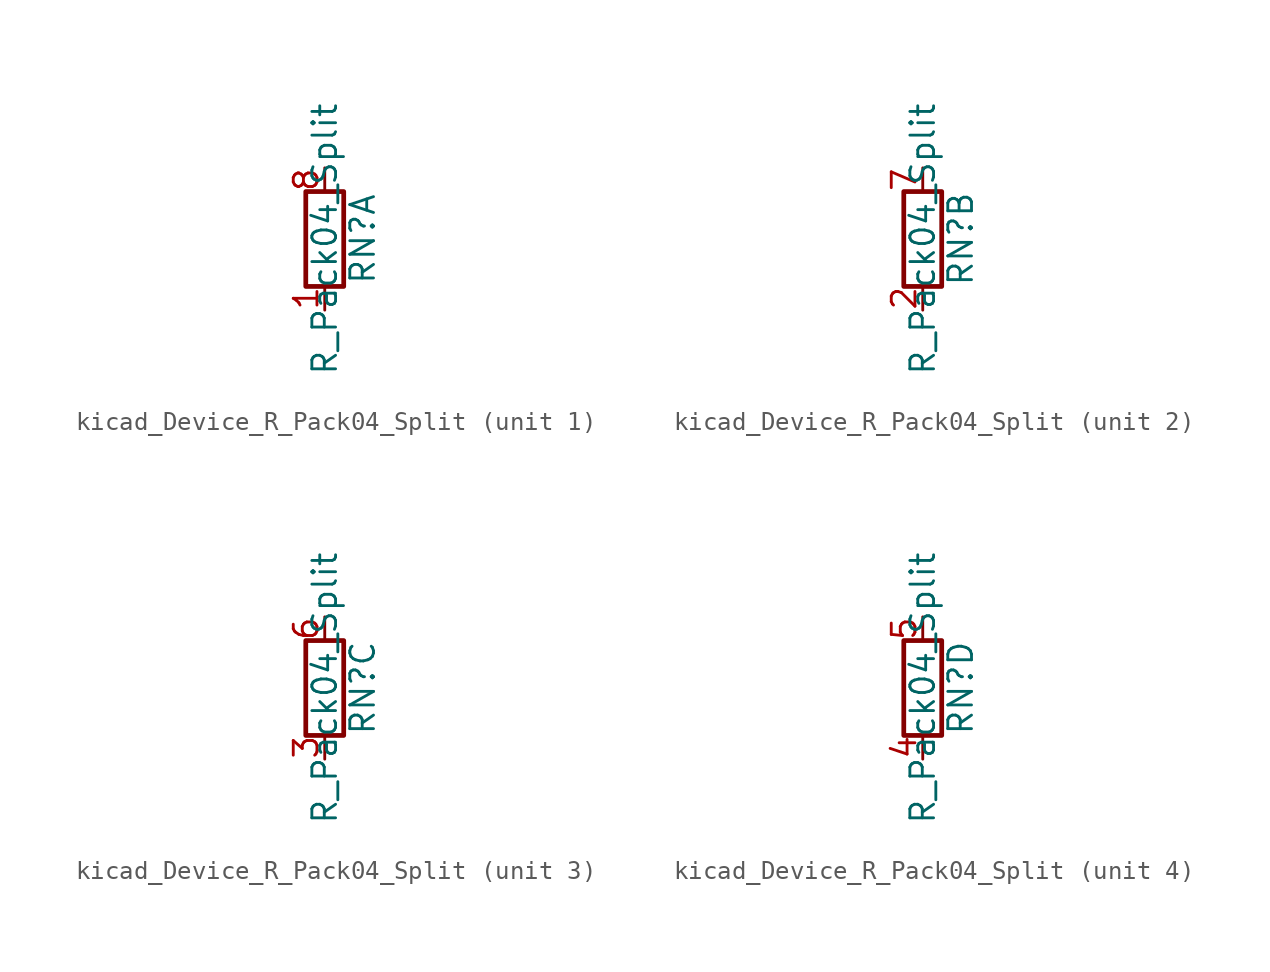
<source format=kicad_sym>
(kicad_symbol_lib
  (version 20220914)
  (generator kicad_symbol_editor)
  (symbol "kicad_Device_R_Pack04_Split"
    (pin_names
      (offset 0) hide)
    (property "Reference" "RN"
      (at 2.032 0 90)
      (effects (font (size 1.27 1.27))))
    (property "Value" "R_Pack04_Split"
      (at 0 0 90)
      (effects (font (size 1.27 1.27))))
    (symbol "kicad_Device_R_Pack04_Split_0_1"
      (rectangle (start 1.016 2.54) (end -1.016 -2.54) (stroke (width 0.254) (type default)) (fill (type none))))
    (symbol "kicad_Device_R_Pack04_Split_1_1"
      (pin passive line (at 0 -3.81 90) (length 1.27) (name "R1.1" (effects (font (size 1.27 1.27)))) (number "1" (effects (font (size 1.27 1.27)))))
      (pin passive line (at 0 3.81 270) (length 1.27) (name "R1.2" (effects (font (size 1.27 1.27)))) (number "8" (effects (font (size 1.27 1.27))))))
    (symbol "kicad_Device_R_Pack04_Split_2_1"
      (pin passive line (at 0 -3.81 90) (length 1.27) (name "R2.1" (effects (font (size 1.27 1.27)))) (number "2" (effects (font (size 1.27 1.27)))))
      (pin passive line (at 0 3.81 270) (length 1.27) (name "R2.2" (effects (font (size 1.27 1.27)))) (number "7" (effects (font (size 1.27 1.27))))))
    (symbol "kicad_Device_R_Pack04_Split_3_1"
      (pin passive line (at 0 -3.81 90) (length 1.27) (name "R3.1" (effects (font (size 1.27 1.27)))) (number "3" (effects (font (size 1.27 1.27)))))
      (pin passive line (at 0 3.81 270) (length 1.27) (name "R3.2" (effects (font (size 1.27 1.27)))) (number "6" (effects (font (size 1.27 1.27))))))
    (symbol "kicad_Device_R_Pack04_Split_4_1"
      (pin passive line (at 0 -3.81 90) (length 1.27) (name "R4.1" (effects (font (size 1.27 1.27)))) (number "4" (effects (font (size 1.27 1.27)))))
      (pin passive line (at 0 3.81 270) (length 1.27) (name "R4.2" (effects (font (size 1.27 1.27)))) (number "5" (effects (font (size 1.27 1.27))))))))
</source>
